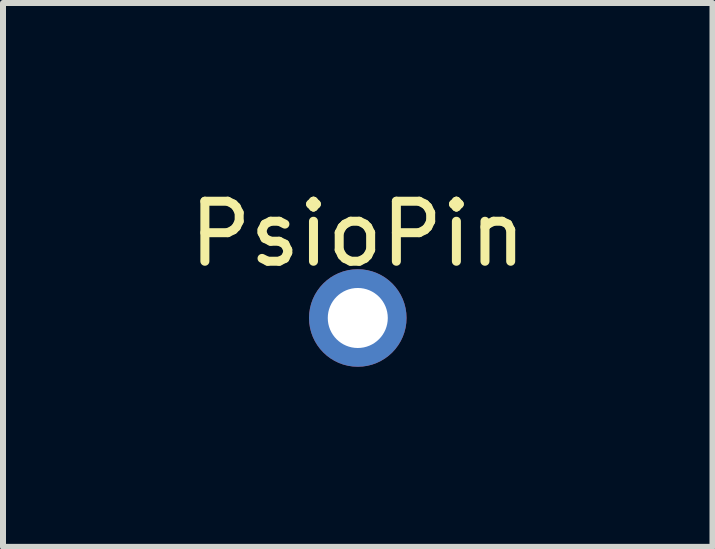
<source format=kicad_pcb>
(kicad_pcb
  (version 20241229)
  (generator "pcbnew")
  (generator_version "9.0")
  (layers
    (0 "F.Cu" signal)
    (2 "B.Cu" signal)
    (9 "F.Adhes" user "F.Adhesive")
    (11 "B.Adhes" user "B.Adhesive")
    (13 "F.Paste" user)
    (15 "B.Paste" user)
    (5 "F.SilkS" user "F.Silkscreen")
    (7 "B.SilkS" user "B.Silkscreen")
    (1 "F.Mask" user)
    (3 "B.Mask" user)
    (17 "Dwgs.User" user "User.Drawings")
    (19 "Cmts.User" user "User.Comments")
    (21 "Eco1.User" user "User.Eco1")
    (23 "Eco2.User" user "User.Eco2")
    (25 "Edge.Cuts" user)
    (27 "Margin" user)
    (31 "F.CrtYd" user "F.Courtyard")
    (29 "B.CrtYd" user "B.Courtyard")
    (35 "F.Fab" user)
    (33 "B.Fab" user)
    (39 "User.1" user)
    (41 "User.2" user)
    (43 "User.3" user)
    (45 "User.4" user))
  (footprint "PsioPin"
    (layer "F.Cu")
    (at 2.911 2.248)
    (property "Reference" "PsioPin" (at 0 -1.4 0) (layer "F.SilkS") (effects (font (size 1 1) (thickness 0.15))))
    (attr through_hole)
    (pad "1" thru_hole oval (at 0 0) (size 1.625 1.625) (drill 1) (layers "*.Cu" "*.Mask")))
  (gr_rect
    (start -3 -3)
    (end 8.821 6.061)
    (stroke (width 0.1) (type default))
    (fill no)
    (layer "Edge.Cuts")))
</source>
